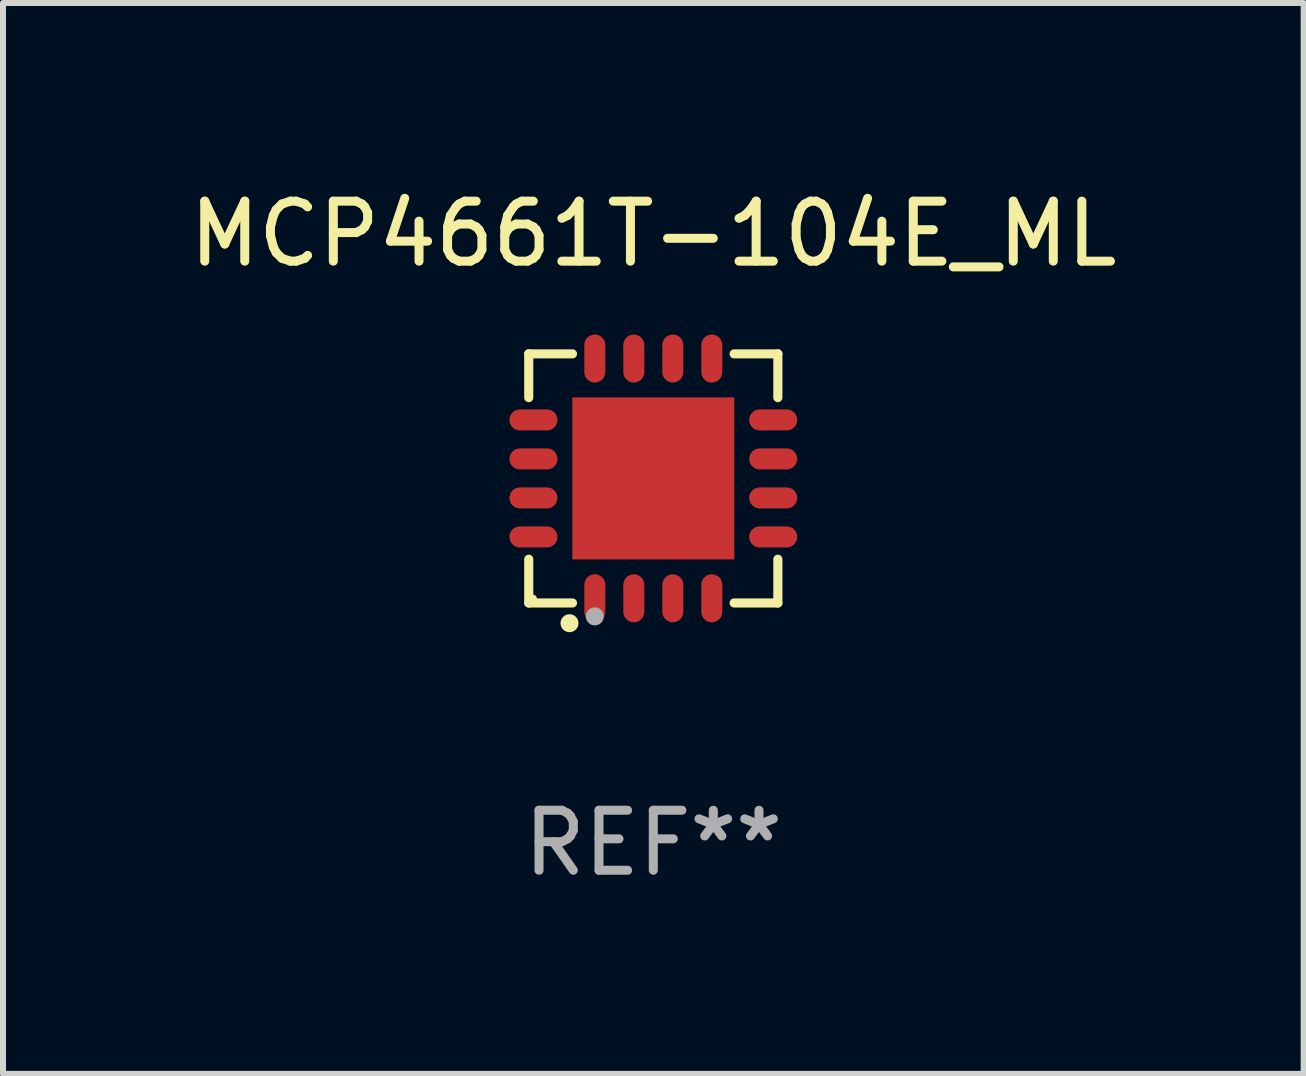
<source format=kicad_pcb>
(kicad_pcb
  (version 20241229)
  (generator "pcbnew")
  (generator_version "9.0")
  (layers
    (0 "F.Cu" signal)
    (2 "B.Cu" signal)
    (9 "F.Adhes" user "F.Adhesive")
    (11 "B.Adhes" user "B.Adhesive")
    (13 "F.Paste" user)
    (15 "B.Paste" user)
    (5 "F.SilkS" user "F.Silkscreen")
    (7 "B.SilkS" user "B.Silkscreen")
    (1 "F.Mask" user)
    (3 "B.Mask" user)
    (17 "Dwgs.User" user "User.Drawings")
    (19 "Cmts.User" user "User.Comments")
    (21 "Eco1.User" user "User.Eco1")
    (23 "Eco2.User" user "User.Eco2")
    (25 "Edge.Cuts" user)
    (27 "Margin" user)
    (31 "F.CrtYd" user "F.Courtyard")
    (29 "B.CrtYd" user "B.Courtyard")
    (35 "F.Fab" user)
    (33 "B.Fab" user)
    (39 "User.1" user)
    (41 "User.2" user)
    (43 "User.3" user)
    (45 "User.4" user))
  (footprint "MCP4661T-104E_ML"
    (layer "F.Cu")
    (at 7.839 4.924)
    (property "Reference" "MCP4661T-104E_ML" (at 0 -4.076 0) (layer "F.SilkS") (effects (font (size 1 1) (thickness 0.15))))
    (attr through_hole)
    (fp_line (start -2.076 -2.076) (end -1.347 -2.076) (stroke (width 0.152) (type solid)) (layer "F.SilkS"))
    (fp_line (start -2.076 -1.347) (end -2.076 -2.076) (stroke (width 0.152) (type solid)) (layer "F.SilkS"))
    (fp_line (start -2.076 1.347) (end -2.076 2.076) (stroke (width 0.152) (type solid)) (layer "F.SilkS"))
    (fp_line (start -2.076 2.076) (end -1.347 2.076) (stroke (width 0.152) (type solid)) (layer "F.SilkS"))
    (fp_line (start 2.076 -2.076) (end 1.347 -2.076) (stroke (width 0.152) (type solid)) (layer "F.SilkS"))
    (fp_line (start 2.076 -1.347) (end 2.076 -2.076) (stroke (width 0.152) (type solid)) (layer "F.SilkS"))
    (fp_line (start 2.076 1.347) (end 2.076 2.076) (stroke (width 0.152) (type solid)) (layer "F.SilkS"))
    (fp_line (start 2.076 2.076) (end 1.347 2.076) (stroke (width 0.152) (type solid)) (layer "F.SilkS"))
    (fp_circle (center -2 2) (end -1.97 2) (stroke (width 0.06) (type solid)) (fill no) (layer "F.SilkS"))
    (fp_circle (center -1.397 2.413) (end -1.322 2.413) (stroke (width 0.15) (type solid)) (fill no) (layer "F.SilkS"))
    (fp_circle (center -0.975 2.3) (end -0.9 2.3) (stroke (width 0.15) (type solid)) (fill no) (layer "F.Fab"))
    (fp_text user "REF**" (at 0 6.076 0) (layer "F.Fab") (effects (font (size 1 1) (thickness 0.15))))
    (pad "1" smd oval (at -0.975 1.998) (size 0.35 0.8) (layers "F.Cu" "F.Mask" "F.Paste"))
    (pad "2" smd oval (at -0.325 1.998) (size 0.35 0.8) (layers "F.Cu" "F.Mask" "F.Paste"))
    (pad "3" smd oval (at 0.325 1.998) (size 0.35 0.8) (layers "F.Cu" "F.Mask" "F.Paste"))
    (pad "4" smd oval (at 0.975 1.998) (size 0.35 0.8) (layers "F.Cu" "F.Mask" "F.Paste"))
    (pad "5" smd oval (at 1.998 0.975) (size 0.8 0.35) (layers "F.Cu" "F.Mask" "F.Paste"))
    (pad "6" smd oval (at 1.998 0.325) (size 0.8 0.35) (layers "F.Cu" "F.Mask" "F.Paste"))
    (pad "7" smd oval (at 1.998 -0.325) (size 0.8 0.35) (layers "F.Cu" "F.Mask" "F.Paste"))
    (pad "8" smd oval (at 1.998 -0.975) (size 0.8 0.35) (layers "F.Cu" "F.Mask" "F.Paste"))
    (pad "9" smd oval (at 0.975 -1.998) (size 0.35 0.8) (layers "F.Cu" "F.Mask" "F.Paste"))
    (pad "10" smd oval (at 0.325 -1.998) (size 0.35 0.8) (layers "F.Cu" "F.Mask" "F.Paste"))
    (pad "11" smd oval (at -0.325 -1.998) (size 0.35 0.8) (layers "F.Cu" "F.Mask" "F.Paste"))
    (pad "12" smd oval (at -0.975 -1.998) (size 0.35 0.8) (layers "F.Cu" "F.Mask" "F.Paste"))
    (pad "13" smd oval (at -1.998 -0.975) (size 0.8 0.35) (layers "F.Cu" "F.Mask" "F.Paste"))
    (pad "14" smd oval (at -1.998 -0.325) (size 0.8 0.35) (layers "F.Cu" "F.Mask" "F.Paste"))
    (pad "15" smd oval (at -1.998 0.325) (size 0.8 0.35) (layers "F.Cu" "F.Mask" "F.Paste"))
    (pad "16" smd oval (at -1.998 0.975) (size 0.8 0.35) (layers "F.Cu" "F.Mask" "F.Paste"))
    (pad "17" smd rect (at 0 0) (size 2.7 2.7) (layers "F.Cu" "F.Mask" "F.Paste")))
  (gr_rect
    (start -3 -3)
    (end 18.679 14.849)
    (stroke (width 0.1) (type default))
    (fill no)
    (layer "Edge.Cuts")))
</source>
